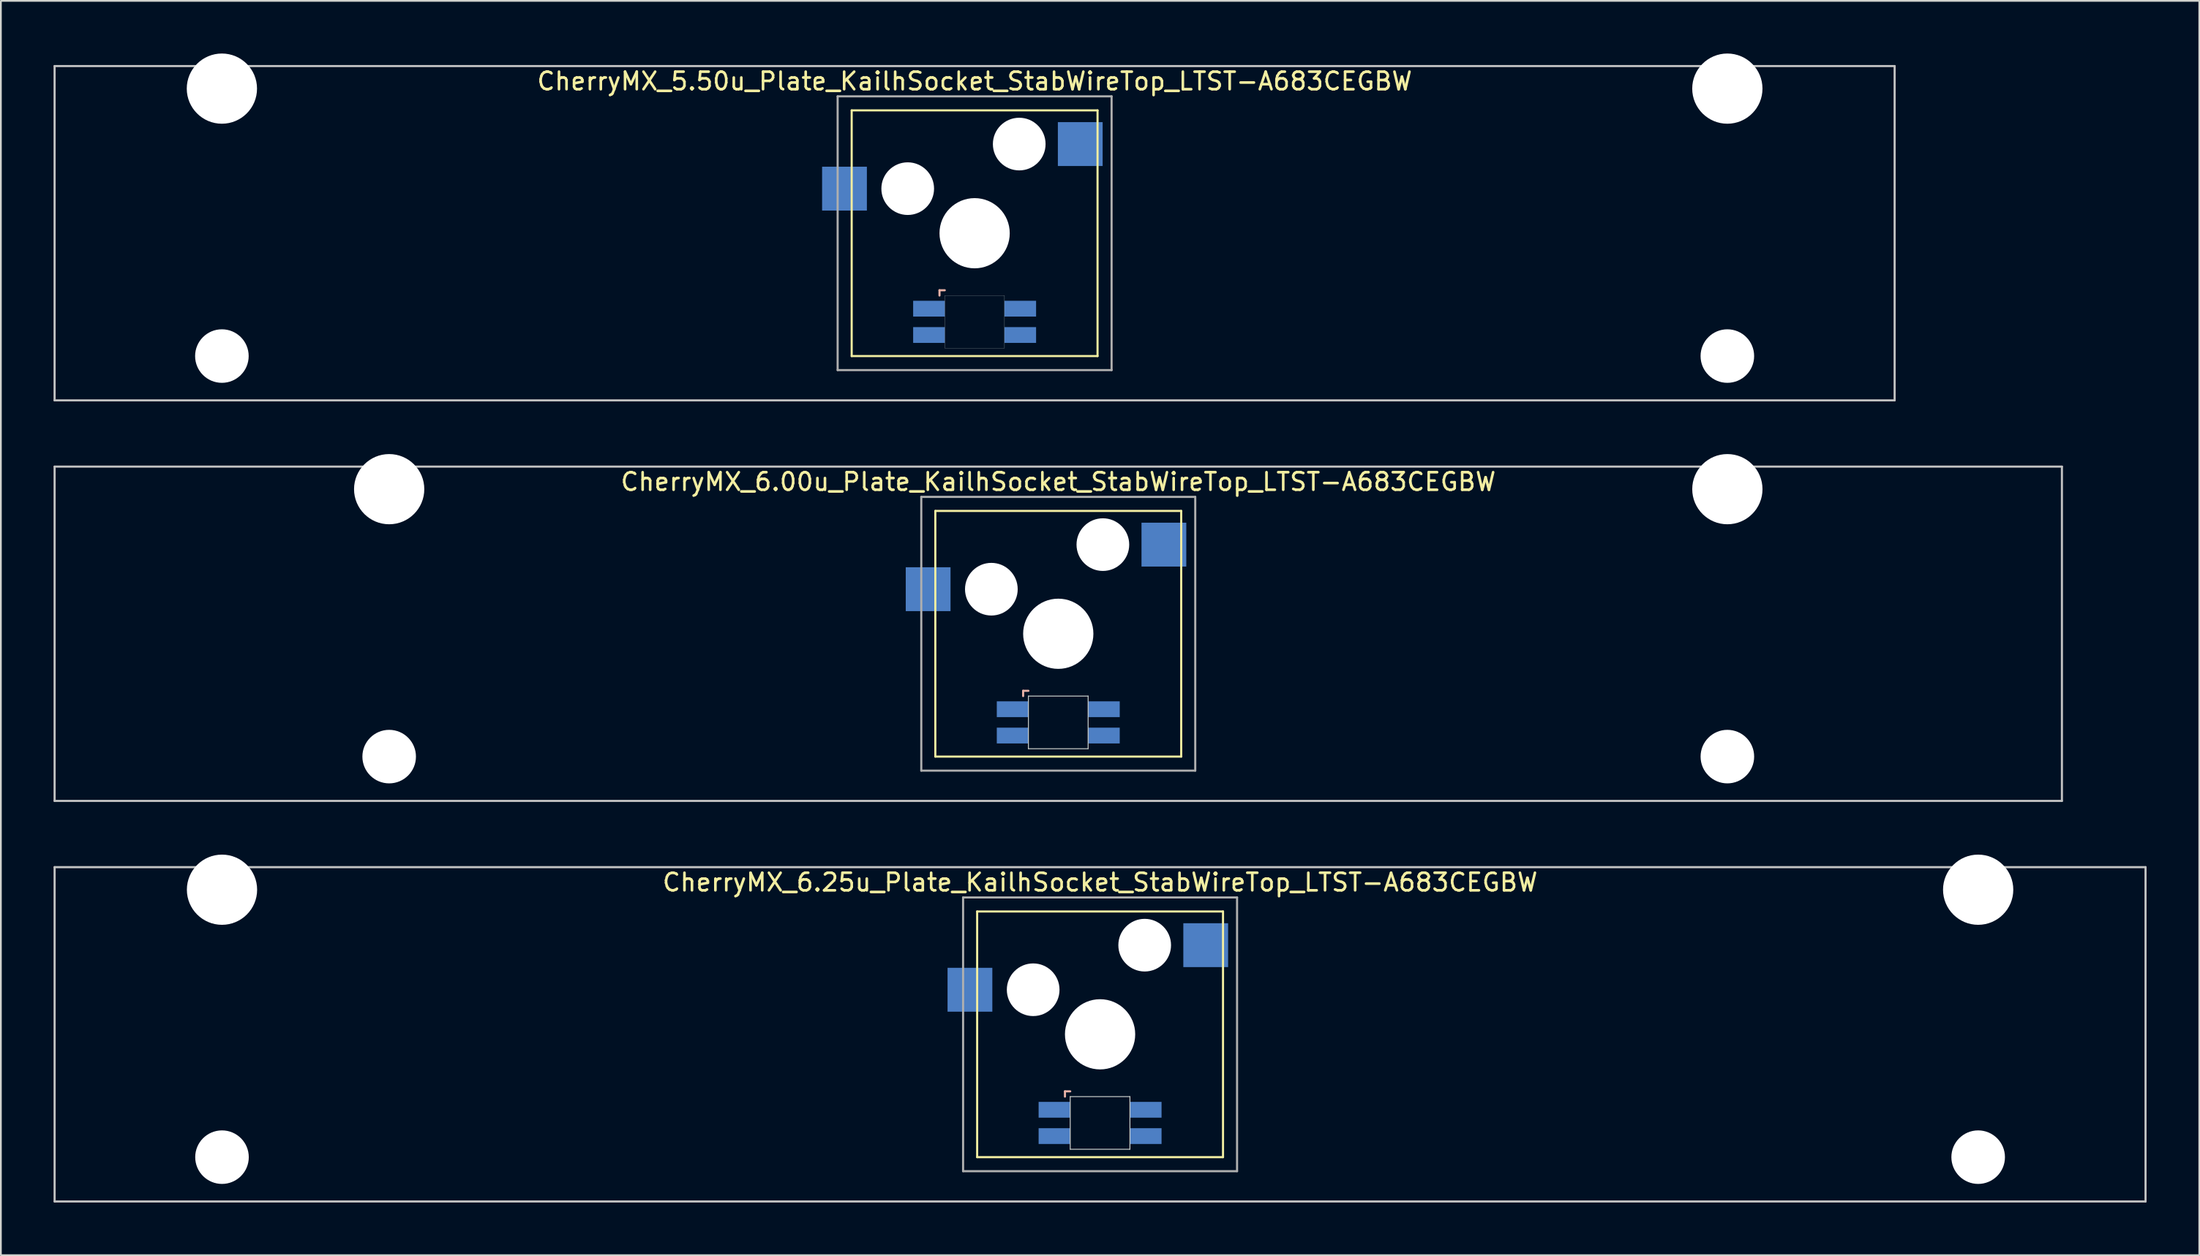
<source format=kicad_pcb>
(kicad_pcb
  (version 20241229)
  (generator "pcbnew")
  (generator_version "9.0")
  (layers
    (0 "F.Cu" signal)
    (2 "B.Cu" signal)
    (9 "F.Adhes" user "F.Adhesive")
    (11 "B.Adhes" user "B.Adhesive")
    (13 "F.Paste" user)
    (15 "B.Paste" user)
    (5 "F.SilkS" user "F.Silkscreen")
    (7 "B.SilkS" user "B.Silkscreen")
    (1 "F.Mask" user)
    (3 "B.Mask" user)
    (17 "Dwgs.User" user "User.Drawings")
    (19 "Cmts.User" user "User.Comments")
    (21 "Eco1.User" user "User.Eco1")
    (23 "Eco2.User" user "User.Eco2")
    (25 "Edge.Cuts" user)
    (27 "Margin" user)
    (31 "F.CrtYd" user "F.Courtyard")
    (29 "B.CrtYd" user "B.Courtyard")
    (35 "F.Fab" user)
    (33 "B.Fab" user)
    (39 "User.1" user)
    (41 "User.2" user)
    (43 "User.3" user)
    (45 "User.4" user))
  (footprint "CherryMX_5.50u_Plate_KailhSocket_StabWireTop_LTST-A683CEGBW"
    (layer "F.Cu")
    (at 52.447 10.24)
    (property "Reference" "CherryMX_5.50u_Plate_KailhSocket_StabWireTop_LTST-A683CEGBW" (at 0 -8.662 0) (layer "F.SilkS") (effects (font (size 1 1) (thickness 0.15))))
    (attr through_hole)
    (fp_line (start -7 -7) (end -7 7) (stroke (width 0.12) (type solid)) (layer "F.SilkS"))
    (fp_line (start -7 -7) (end 7 -7) (stroke (width 0.12) (type solid)) (layer "F.SilkS"))
    (fp_line (start 7 -7) (end 7 7) (stroke (width 0.12) (type solid)) (layer "F.SilkS"))
    (fp_line (start 7 7) (end -7 7) (stroke (width 0.12) (type solid)) (layer "F.SilkS"))
    (fp_line (start -2 3.25) (end -2 3.55) (stroke (width 0.12) (type solid)) (layer "B.SilkS"))
    (fp_line (start -1.7 3.25) (end -2 3.25) (stroke (width 0.12) (type solid)) (layer "B.SilkS"))
    (fp_line (start -52.388 -9.525) (end 52.388 -9.525) (stroke (width 0.12) (type solid)) (layer "Dwgs.User"))
    (fp_line (start -52.388 9.525) (end -52.388 -9.525) (stroke (width 0.12) (type solid)) (layer "Dwgs.User"))
    (fp_line (start 52.388 -9.525) (end 52.388 9.525) (stroke (width 0.12) (type solid)) (layer "Dwgs.User"))
    (fp_line (start 52.388 9.525) (end -52.388 9.525) (stroke (width 0.12) (type solid)) (layer "Dwgs.User"))
    (fp_poly (pts (xy 1.7 6.55) (xy -1.7 6.55) (xy -1.7 3.55) (xy 1.7 3.55)) (stroke (width 0.01) (type solid)) (fill no) (layer "Edge.Cuts"))
    (fp_line (start -7.8 -7.8) (end -7.8 7.8) (stroke (width 0.12) (type solid)) (layer "F.Fab"))
    (fp_line (start -7.8 -7.8) (end 7.8 -7.8) (stroke (width 0.12) (type solid)) (layer "F.Fab"))
    (fp_line (start -7.8 7.8) (end 7.8 7.8) (stroke (width 0.12) (type solid)) (layer "F.Fab"))
    (fp_line (start 7.8 -7.8) (end 7.8 7.8) (stroke (width 0.12) (type solid)) (layer "F.Fab"))
    (pad "" np_thru_hole circle (at -42.862 -8.24) (size 4 4) (drill 4) (layers "*.Cu" "*.Mask"))
    (pad "" np_thru_hole circle (at -42.862 7) (size 3.05 3.05) (drill 3.05) (layers "*.Cu" "*.Mask"))
    (pad "" np_thru_hole circle (at -3.81 -2.54) (size 3 3) (drill 3) (layers "*.Cu" "*.Mask"))
    (pad "" np_thru_hole circle (at 0 0) (size 4 4) (drill 4) (layers "*.Cu" "*.Mask"))
    (pad "" np_thru_hole circle (at 2.54 -5.08) (size 3 3) (drill 3) (layers "*.Cu" "*.Mask"))
    (pad "" np_thru_hole circle (at 42.862 -8.24) (size 4 4) (drill 4) (layers "*.Cu" "*.Mask"))
    (pad "" np_thru_hole circle (at 42.862 7) (size 3.05 3.05) (drill 3.05) (layers "*.Cu" "*.Mask"))
    (pad "1" smd rect (at -7.41 -2.54) (size 2.55 2.5) (layers "B.Cu" "B.Mask" "B.Paste"))
    (pad "2" smd rect (at 6.015 -5.08) (size 2.55 2.5) (layers "B.Cu" "B.Mask" "B.Paste"))
    (pad "3" smd rect (at -2.6 4.3) (size 1.8 0.9) (layers "B.Cu" "B.Mask" "B.Paste"))
    (pad "4" smd rect (at -2.6 5.8) (size 1.8 0.9) (layers "B.Cu" "B.Mask" "B.Paste"))
    (pad "5" smd rect (at 2.6 4.3) (size 1.8 0.9) (layers "B.Cu" "B.Mask" "B.Paste"))
    (pad "6" smd rect (at 2.6 5.8) (size 1.8 0.9) (layers "B.Cu" "B.Mask" "B.Paste")))
  (footprint "CherryMX_6.25u_Plate_KailhSocket_StabWireTop_LTST-A683CEGBW"
    (layer "F.Cu")
    (at 59.591 55.89)
    (property "Reference" "CherryMX_6.25u_Plate_KailhSocket_StabWireTop_LTST-A683CEGBW" (at 0 -8.662 0) (layer "F.SilkS") (effects (font (size 1 1) (thickness 0.15))))
    (attr through_hole)
    (fp_line (start -7 -7) (end -7 7) (stroke (width 0.12) (type solid)) (layer "F.SilkS"))
    (fp_line (start -7 -7) (end 7 -7) (stroke (width 0.12) (type solid)) (layer "F.SilkS"))
    (fp_line (start 7 -7) (end 7 7) (stroke (width 0.12) (type solid)) (layer "F.SilkS"))
    (fp_line (start 7 7) (end -7 7) (stroke (width 0.12) (type solid)) (layer "F.SilkS"))
    (fp_line (start -2 3.25) (end -2 3.55) (stroke (width 0.12) (type solid)) (layer "B.SilkS"))
    (fp_line (start -1.7 3.25) (end -2 3.25) (stroke (width 0.12) (type solid)) (layer "B.SilkS"))
    (fp_line (start -59.531 -9.525) (end 59.531 -9.525) (stroke (width 0.12) (type solid)) (layer "Dwgs.User"))
    (fp_line (start -59.531 9.525) (end -59.531 -9.525) (stroke (width 0.12) (type solid)) (layer "Dwgs.User"))
    (fp_line (start 59.531 -9.525) (end 59.531 9.525) (stroke (width 0.12) (type solid)) (layer "Dwgs.User"))
    (fp_line (start 59.531 9.525) (end -59.531 9.525) (stroke (width 0.12) (type solid)) (layer "Dwgs.User"))
    (fp_line (start -1.7 3.55) (end 1.7 3.55) (stroke (width 0.05) (type solid)) (layer "Edge.Cuts"))
    (fp_line (start -1.7 6.55) (end -1.7 3.55) (stroke (width 0.05) (type solid)) (layer "Edge.Cuts"))
    (fp_line (start 1.7 3.55) (end 1.7 6.55) (stroke (width 0.05) (type solid)) (layer "Edge.Cuts"))
    (fp_line (start 1.7 6.55) (end -1.7 6.55) (stroke (width 0.05) (type solid)) (layer "Edge.Cuts"))
    (fp_line (start -7.8 -7.8) (end -7.8 7.8) (stroke (width 0.12) (type solid)) (layer "F.Fab"))
    (fp_line (start -7.8 -7.8) (end 7.8 -7.8) (stroke (width 0.12) (type solid)) (layer "F.Fab"))
    (fp_line (start -7.8 7.8) (end 7.8 7.8) (stroke (width 0.12) (type solid)) (layer "F.Fab"))
    (fp_line (start 7.8 -7.8) (end 7.8 7.8) (stroke (width 0.12) (type solid)) (layer "F.Fab"))
    (pad "" np_thru_hole circle (at -50 -8.24) (size 4 4) (drill 4) (layers "*.Cu" "*.Mask"))
    (pad "" np_thru_hole circle (at -50 7) (size 3.05 3.05) (drill 3.05) (layers "*.Cu" "*.Mask"))
    (pad "" np_thru_hole circle (at -3.81 -2.54) (size 3 3) (drill 3) (layers "*.Cu" "*.Mask"))
    (pad "" np_thru_hole circle (at 0 0) (size 4 4) (drill 4) (layers "*.Cu" "*.Mask"))
    (pad "" np_thru_hole circle (at 2.54 -5.08) (size 3 3) (drill 3) (layers "*.Cu" "*.Mask"))
    (pad "" np_thru_hole circle (at 50 -8.24) (size 4 4) (drill 4) (layers "*.Cu" "*.Mask"))
    (pad "" np_thru_hole circle (at 50 7) (size 3.05 3.05) (drill 3.05) (layers "*.Cu" "*.Mask"))
    (pad "1" smd rect (at -7.41 -2.54) (size 2.55 2.5) (layers "B.Cu" "B.Mask" "B.Paste"))
    (pad "2" smd rect (at 6.015 -5.08) (size 2.55 2.5) (layers "B.Cu" "B.Mask" "B.Paste"))
    (pad "3" smd rect (at -2.6 4.3) (size 1.8 0.9) (layers "B.Cu" "B.Mask" "B.Paste"))
    (pad "4" smd rect (at -2.6 5.8) (size 1.8 0.9) (layers "B.Cu" "B.Mask" "B.Paste"))
    (pad "5" smd rect (at 2.6 4.3) (size 1.8 0.9) (layers "B.Cu" "B.Mask" "B.Paste"))
    (pad "6" smd rect (at 2.6 5.8) (size 1.8 0.9) (layers "B.Cu" "B.Mask" "B.Paste")))
  (footprint "CherryMX_6.00u_Plate_KailhSocket_StabWireTop_LTST-A683CEGBW"
    (layer "F.Cu")
    (at 57.21 33.065)
    (property "Reference" "CherryMX_6.00u_Plate_KailhSocket_StabWireTop_LTST-A683CEGBW" (at 0 -8.662 0) (layer "F.SilkS") (effects (font (size 1 1) (thickness 0.15))))
    (attr through_hole)
    (fp_line (start -7 -7) (end -7 7) (stroke (width 0.12) (type solid)) (layer "F.SilkS"))
    (fp_line (start -7 -7) (end 7 -7) (stroke (width 0.12) (type solid)) (layer "F.SilkS"))
    (fp_line (start 7 -7) (end 7 7) (stroke (width 0.12) (type solid)) (layer "F.SilkS"))
    (fp_line (start 7 7) (end -7 7) (stroke (width 0.12) (type solid)) (layer "F.SilkS"))
    (fp_line (start -2 3.25) (end -2 3.55) (stroke (width 0.12) (type solid)) (layer "B.SilkS"))
    (fp_line (start -1.7 3.25) (end -2 3.25) (stroke (width 0.12) (type solid)) (layer "B.SilkS"))
    (fp_line (start -57.15 -9.525) (end 57.15 -9.525) (stroke (width 0.12) (type solid)) (layer "Dwgs.User"))
    (fp_line (start -57.15 9.525) (end -57.15 -9.525) (stroke (width 0.12) (type solid)) (layer "Dwgs.User"))
    (fp_line (start 57.15 -9.525) (end 57.15 9.525) (stroke (width 0.12) (type solid)) (layer "Dwgs.User"))
    (fp_line (start 57.15 9.525) (end -57.15 9.525) (stroke (width 0.12) (type solid)) (layer "Dwgs.User"))
    (fp_line (start -1.7 3.55) (end 1.7 3.55) (stroke (width 0.05) (type solid)) (layer "Edge.Cuts"))
    (fp_line (start -1.7 6.55) (end -1.7 3.55) (stroke (width 0.05) (type solid)) (layer "Edge.Cuts"))
    (fp_line (start 1.7 3.55) (end 1.7 6.55) (stroke (width 0.05) (type solid)) (layer "Edge.Cuts"))
    (fp_line (start 1.7 6.55) (end -1.7 6.55) (stroke (width 0.05) (type solid)) (layer "Edge.Cuts"))
    (fp_line (start -7.8 -7.8) (end -7.8 7.8) (stroke (width 0.12) (type solid)) (layer "F.Fab"))
    (fp_line (start -7.8 -7.8) (end 7.8 -7.8) (stroke (width 0.12) (type solid)) (layer "F.Fab"))
    (fp_line (start -7.8 7.8) (end 7.8 7.8) (stroke (width 0.12) (type solid)) (layer "F.Fab"))
    (fp_line (start 7.8 -7.8) (end 7.8 7.8) (stroke (width 0.12) (type solid)) (layer "F.Fab"))
    (pad "" np_thru_hole circle (at -38.1 -8.24) (size 4 4) (drill 4) (layers "*.Cu" "*.Mask"))
    (pad "" np_thru_hole circle (at -38.1 7) (size 3.05 3.05) (drill 3.05) (layers "*.Cu" "*.Mask"))
    (pad "" np_thru_hole circle (at -3.81 -2.54) (size 3 3) (drill 3) (layers "*.Cu" "*.Mask"))
    (pad "" np_thru_hole circle (at 0 0) (size 4 4) (drill 4) (layers "*.Cu" "*.Mask"))
    (pad "" np_thru_hole circle (at 2.54 -5.08) (size 3 3) (drill 3) (layers "*.Cu" "*.Mask"))
    (pad "" np_thru_hole circle (at 38.1 -8.24) (size 4 4) (drill 4) (layers "*.Cu" "*.Mask"))
    (pad "" np_thru_hole circle (at 38.1 7) (size 3.05 3.05) (drill 3.05) (layers "*.Cu" "*.Mask"))
    (pad "1" smd rect (at -7.41 -2.54) (size 2.55 2.5) (layers "B.Cu" "B.Mask" "B.Paste"))
    (pad "2" smd rect (at 6.015 -5.08) (size 2.55 2.5) (layers "B.Cu" "B.Mask" "B.Paste"))
    (pad "3" smd rect (at -2.6 4.3) (size 1.8 0.9) (layers "B.Cu" "B.Mask" "B.Paste"))
    (pad "4" smd rect (at -2.6 5.8) (size 1.8 0.9) (layers "B.Cu" "B.Mask" "B.Paste"))
    (pad "5" smd rect (at 2.6 4.3) (size 1.8 0.9) (layers "B.Cu" "B.Mask" "B.Paste"))
    (pad "6" smd rect (at 2.6 5.8) (size 1.8 0.9) (layers "B.Cu" "B.Mask" "B.Paste")))
  (gr_rect
    (start -3 -3)
    (end 122.183 68.475)
    (stroke (width 0.1) (type default))
    (fill no)
    (layer "Edge.Cuts")))
</source>
